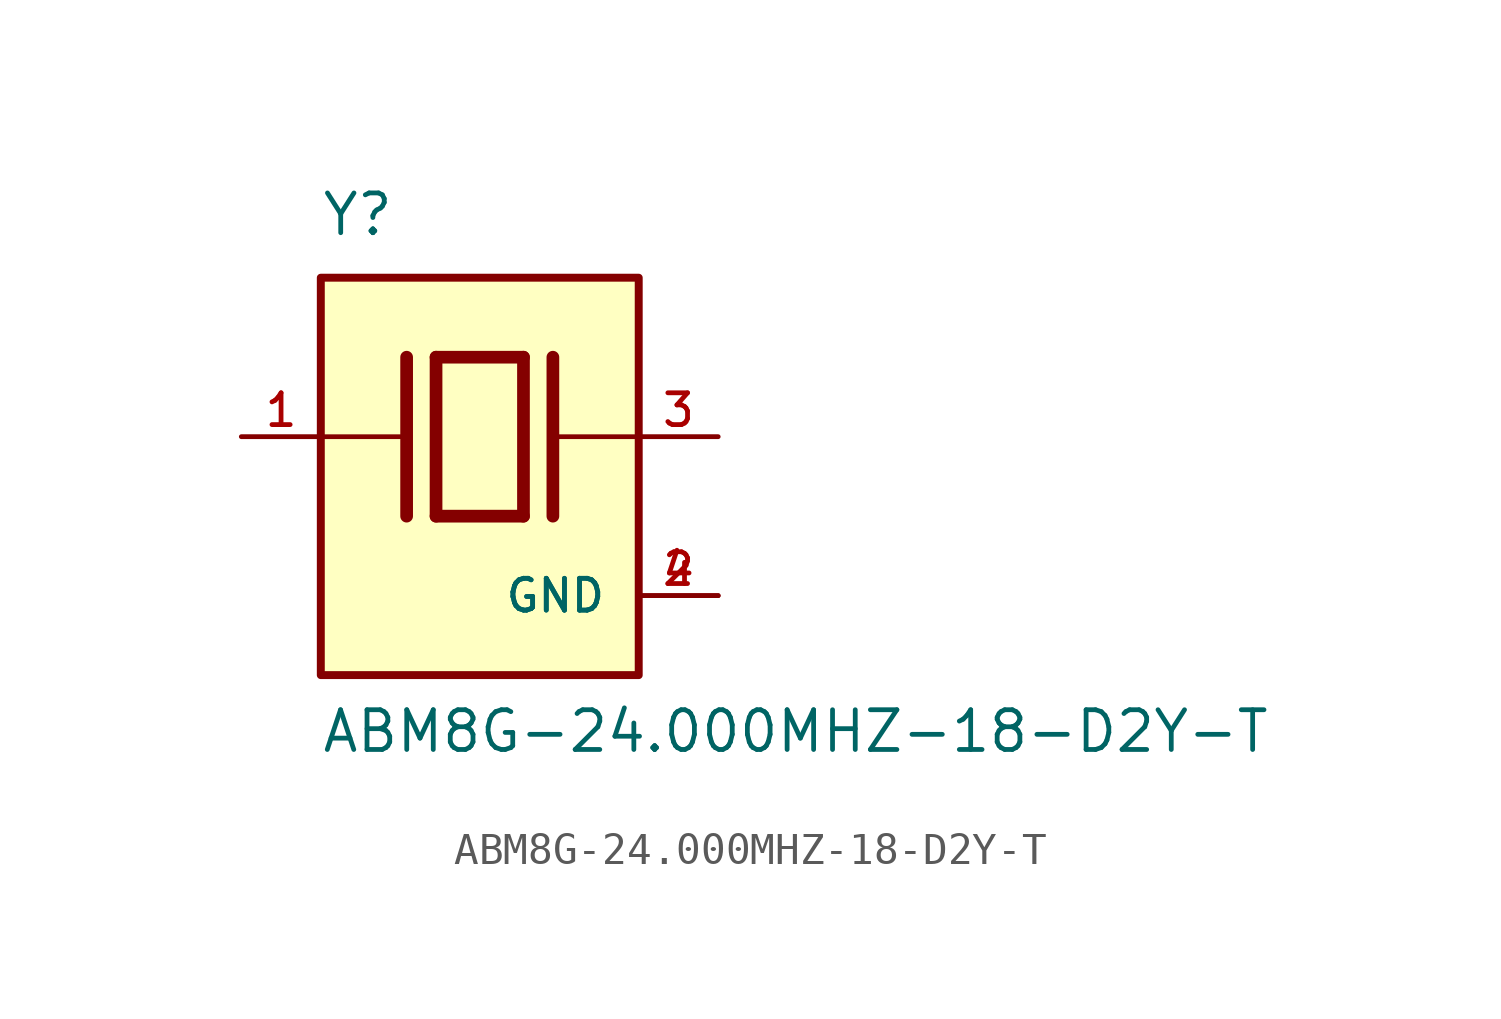
<source format=kicad_sym>
(kicad_symbol_lib
  (version 20211014)
  (generator kicad_symbol_editor)
  (symbol "ABM8G-24.000MHZ-18-D2Y-T"
    (pin_names
      (offset 1.016))
    (property "Reference" "Y"
      (at -5.088 6.356 0)
      (effects (font (size 1.27 1.27)) (justify bottom left)))
    (property "Value" "ABM8G-24.000MHZ-18-D2Y-T"
      (at -5.094 -10.16 0)
      (effects (font (size 1.27 1.27)) (justify bottom left)))
    (symbol "ABM8G-24.000MHZ-18-D2Y-T_0_0"
      (polyline (pts (xy -1.397 2.54) (xy 1.397 2.54)) (stroke (width 0.406)))
      (polyline (pts (xy 1.397 2.54) (xy 1.397 -2.54)) (stroke (width 0.406)))
      (polyline (pts (xy 1.397 -2.54) (xy -1.397 -2.54)) (stroke (width 0.406)))
      (polyline (pts (xy -1.397 2.54) (xy -1.397 -2.54)) (stroke (width 0.406)))
      (polyline (pts (xy 2.337 2.54) (xy 2.337 -2.54)) (stroke (width 0.406)))
      (polyline (pts (xy -2.337 2.54) (xy -2.337 -2.54)) (stroke (width 0.406)))
      (polyline (pts (xy -5.08 0.0) (xy -2.54 0.0)) (stroke (width 0.152)))
      (polyline (pts (xy 2.54 0.0) (xy 5.08 0.0)) (stroke (width 0.152)))
      (rectangle (start -5.08 -7.62) (end 5.08 5.08) (stroke (width 0.254)) (fill (type background)))
      (pin passive line (at 7.62 0.0 180.0) (length 2.54) (name "~" (effects (font (size 1.016 1.016)))) (number "3" (effects (font (size 1.016 1.016)))))
      (pin passive line (at -7.62 0.0 0) (length 2.54) (name "~" (effects (font (size 1.016 1.016)))) (number "1" (effects (font (size 1.016 1.016)))))
      (pin power_in line (at 7.62 -5.08 180.0) (length 2.54) (name "GND" (effects (font (size 1.016 1.016)))) (number "2" (effects (font (size 1.016 1.016)))))
      (pin power_in line (at 7.62 -5.08 180.0) (length 2.54) (name "GND" (effects (font (size 1.016 1.016)))) (number "4" (effects (font (size 1.016 1.016))))))))
</source>
